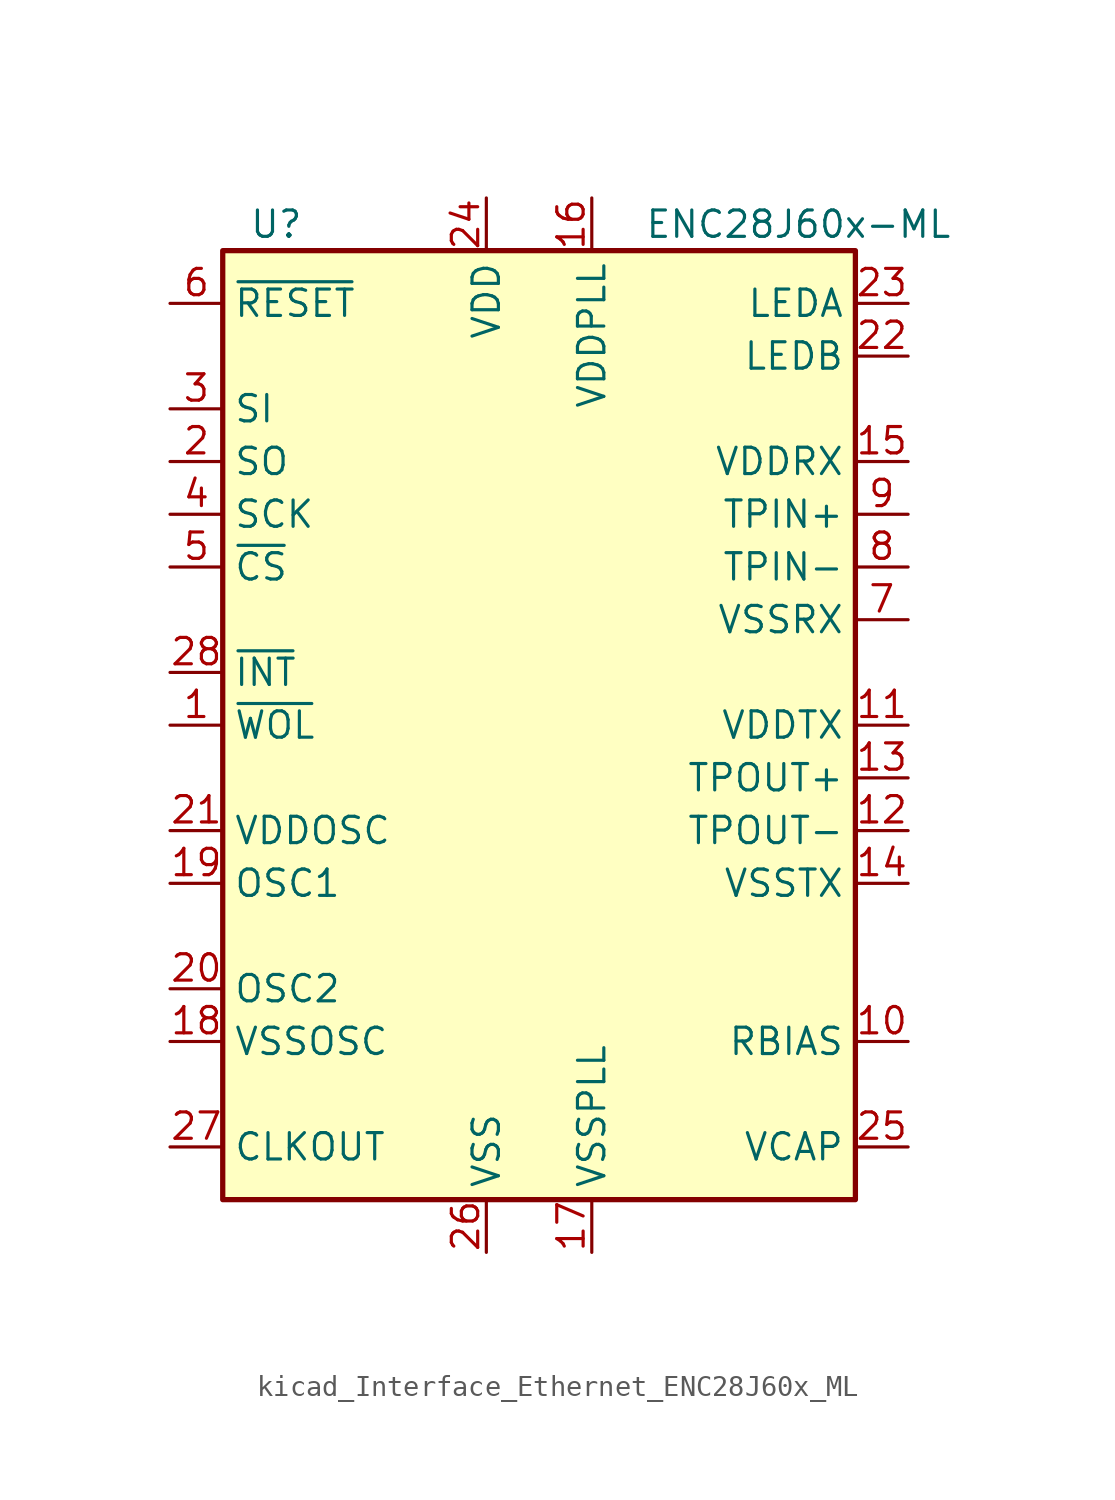
<source format=kicad_sym>
(kicad_symbol_lib
  (version 20220914)
  (generator kicad_symbol_editor)
  (symbol "kicad_Interface_Ethernet_ENC28J60x_ML"
    (property "Reference" "U"
      (at -13.97 24.13 0)
      (effects (font (size 1.27 1.27)) (justify left)))
    (property "Value" "ENC28J60x-ML"
      (at 5.08 24.13 0)
      (effects (font (size 1.27 1.27)) (justify left)))
    (symbol "kicad_Interface_Ethernet_ENC28J60x_ML_0_1"
      (rectangle (start -15.24 22.86) (end 15.24 -22.86) (stroke (width 0.254) (type default)) (fill (type background))))
    (symbol "kicad_Interface_Ethernet_ENC28J60x_ML_1_1"
      (pin output line (at -17.78 0 0) (length 2.54) (name "~{WOL}" (effects (font (size 1.27 1.27)))) (number "1" (effects (font (size 1.27 1.27)))))
      (pin input line (at 17.78 -15.24 180) (length 2.54) (name "RBIAS" (effects (font (size 1.27 1.27)))) (number "10" (effects (font (size 1.27 1.27)))))
      (pin power_in line (at 17.78 0 180) (length 2.54) (name "VDDTX" (effects (font (size 1.27 1.27)))) (number "11" (effects (font (size 1.27 1.27)))))
      (pin output line (at 17.78 -5.08 180) (length 2.54) (name "TPOUT-" (effects (font (size 1.27 1.27)))) (number "12" (effects (font (size 1.27 1.27)))))
      (pin output line (at 17.78 -2.54 180) (length 2.54) (name "TPOUT+" (effects (font (size 1.27 1.27)))) (number "13" (effects (font (size 1.27 1.27)))))
      (pin power_out line (at 17.78 -7.62 180) (length 2.54) (name "VSSTX" (effects (font (size 1.27 1.27)))) (number "14" (effects (font (size 1.27 1.27)))))
      (pin power_in line (at 17.78 12.7 180) (length 2.54) (name "VDDRX" (effects (font (size 1.27 1.27)))) (number "15" (effects (font (size 1.27 1.27)))))
      (pin power_in line (at 2.54 25.4 270) (length 2.54) (name "VDDPLL" (effects (font (size 1.27 1.27)))) (number "16" (effects (font (size 1.27 1.27)))))
      (pin power_in line (at 2.54 -25.4 90) (length 2.54) (name "VSSPLL" (effects (font (size 1.27 1.27)))) (number "17" (effects (font (size 1.27 1.27)))))
      (pin power_in line (at -17.78 -15.24 0) (length 2.54) (name "VSSOSC" (effects (font (size 1.27 1.27)))) (number "18" (effects (font (size 1.27 1.27)))))
      (pin input line (at -17.78 -7.62 0) (length 2.54) (name "OSC1" (effects (font (size 1.27 1.27)))) (number "19" (effects (font (size 1.27 1.27)))))
      (pin output line (at -17.78 12.7 0) (length 2.54) (name "SO" (effects (font (size 1.27 1.27)))) (number "2" (effects (font (size 1.27 1.27)))))
      (pin output line (at -17.78 -12.7 0) (length 2.54) (name "OSC2" (effects (font (size 1.27 1.27)))) (number "20" (effects (font (size 1.27 1.27)))))
      (pin power_in line (at -17.78 -5.08 0) (length 2.54) (name "VDDOSC" (effects (font (size 1.27 1.27)))) (number "21" (effects (font (size 1.27 1.27)))))
      (pin output line (at 17.78 17.78 180) (length 2.54) (name "LEDB" (effects (font (size 1.27 1.27)))) (number "22" (effects (font (size 1.27 1.27)))))
      (pin output line (at 17.78 20.32 180) (length 2.54) (name "LEDA" (effects (font (size 1.27 1.27)))) (number "23" (effects (font (size 1.27 1.27)))))
      (pin power_in line (at -2.54 25.4 270) (length 2.54) (name "VDD" (effects (font (size 1.27 1.27)))) (number "24" (effects (font (size 1.27 1.27)))))
      (pin input line (at 17.78 -20.32 180) (length 2.54) (name "VCAP" (effects (font (size 1.27 1.27)))) (number "25" (effects (font (size 1.27 1.27)))))
      (pin power_in line (at -2.54 -25.4 90) (length 2.54) (name "VSS" (effects (font (size 1.27 1.27)))) (number "26" (effects (font (size 1.27 1.27)))))
      (pin output line (at -17.78 -20.32 0) (length 2.54) (name "CLKOUT" (effects (font (size 1.27 1.27)))) (number "27" (effects (font (size 1.27 1.27)))))
      (pin output line (at -17.78 2.54 0) (length 2.54) (name "~{INT}" (effects (font (size 1.27 1.27)))) (number "28" (effects (font (size 1.27 1.27)))))
      (pin input line (at -17.78 15.24 0) (length 2.54) (name "SI" (effects (font (size 1.27 1.27)))) (number "3" (effects (font (size 1.27 1.27)))))
      (pin input line (at -17.78 10.16 0) (length 2.54) (name "SCK" (effects (font (size 1.27 1.27)))) (number "4" (effects (font (size 1.27 1.27)))))
      (pin input line (at -17.78 7.62 0) (length 2.54) (name "~{CS}" (effects (font (size 1.27 1.27)))) (number "5" (effects (font (size 1.27 1.27)))))
      (pin input line (at -17.78 20.32 0) (length 2.54) (name "~{RESET}" (effects (font (size 1.27 1.27)))) (number "6" (effects (font (size 1.27 1.27)))))
      (pin power_out line (at 17.78 5.08 180) (length 2.54) (name "VSSRX" (effects (font (size 1.27 1.27)))) (number "7" (effects (font (size 1.27 1.27)))))
      (pin input line (at 17.78 7.62 180) (length 2.54) (name "TPIN-" (effects (font (size 1.27 1.27)))) (number "8" (effects (font (size 1.27 1.27)))))
      (pin input line (at 17.78 10.16 180) (length 2.54) (name "TPIN+" (effects (font (size 1.27 1.27)))) (number "9" (effects (font (size 1.27 1.27))))))))
</source>
